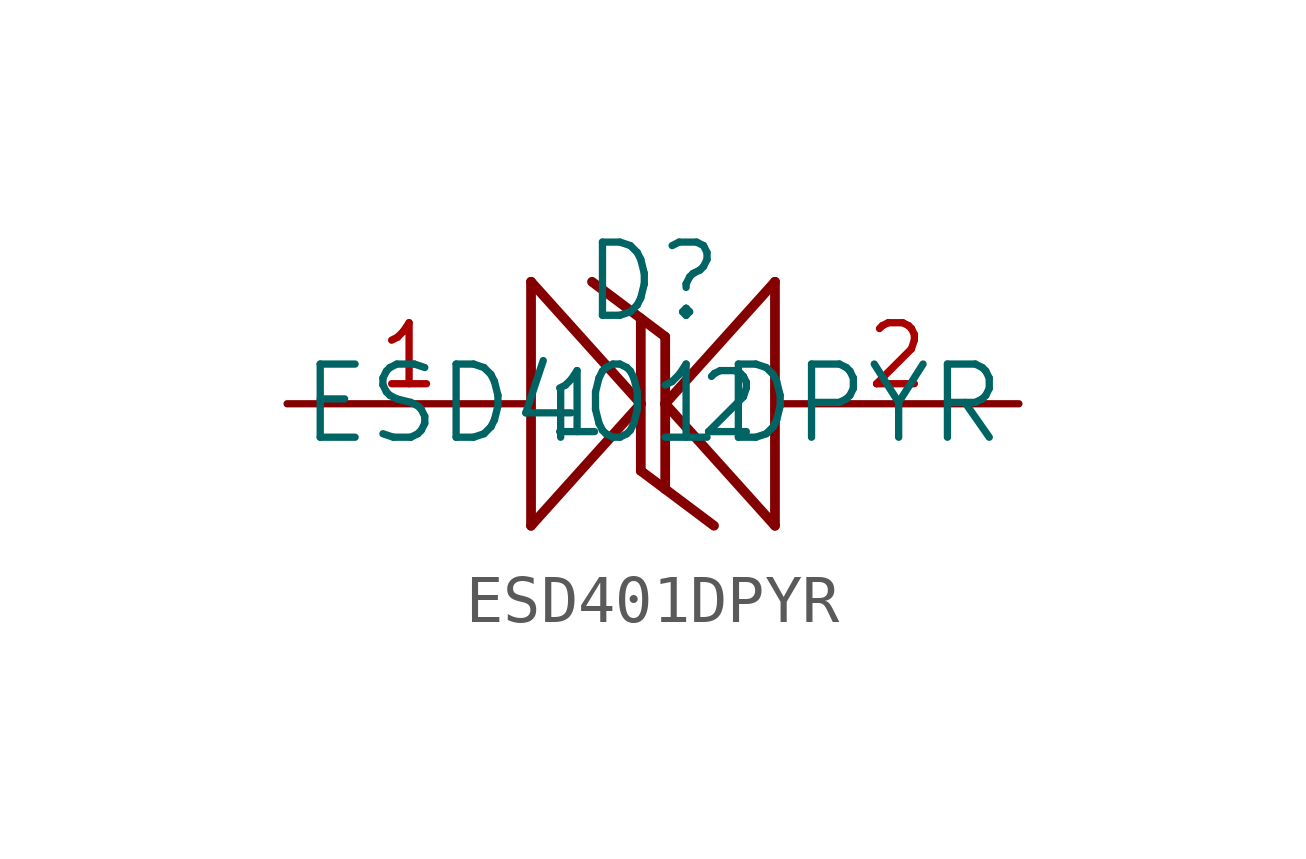
<source format=kicad_sym>
(kicad_symbol_lib
  (version 20231120)
  (generator "kicad_symbol_editor")
  (generator_version "8.0")
  (symbol "ESD401DPYR"
    (pin_names
      (offset 0.254))
    (property "Reference" "D"
      (at 0 2.54 0)
      (effects (font (size 1.524 1.524))))
    (property "Value" "ESD401DPYR"
      (at 0 0 0)
      (effects (font (size 1.524 1.524))))
    (symbol "ESD401DPYR_1_1"
      (polyline (pts (xy -2.54 -2.54) (xy -0.254 0)) (stroke (width 0.203) (type default)) (fill (type none)))
      (polyline (pts (xy -2.54 2.54) (xy -2.54 -2.54)) (stroke (width 0.203) (type default)) (fill (type none)))
      (polyline (pts (xy -0.254 -1.397) (xy 1.27 -2.54)) (stroke (width 0.203) (type default)) (fill (type none)))
      (polyline (pts (xy -0.254 0) (xy -2.54 2.54)) (stroke (width 0.203) (type default)) (fill (type none)))
      (polyline (pts (xy -0.254 0) (xy -0.254 -1.397)) (stroke (width 0.203) (type default)) (fill (type none)))
      (polyline (pts (xy -0.254 1.778) (xy -0.254 0)) (stroke (width 0.203) (type default)) (fill (type none)))
      (polyline (pts (xy 0.254 -1.778) (xy 0.254 0)) (stroke (width 0.203) (type default)) (fill (type none)))
      (polyline (pts (xy 0.254 0) (xy 0.254 1.397)) (stroke (width 0.203) (type default)) (fill (type none)))
      (polyline (pts (xy 0.254 0) (xy 2.54 -2.54)) (stroke (width 0.203) (type default)) (fill (type none)))
      (polyline (pts (xy 0.254 1.397) (xy -1.27 2.54)) (stroke (width 0.203) (type default)) (fill (type none)))
      (polyline (pts (xy 2.54 -2.54) (xy 2.54 2.54)) (stroke (width 0.203) (type default)) (fill (type none)))
      (polyline (pts (xy 2.54 2.54) (xy 0.254 0)) (stroke (width 0.203) (type default)) (fill (type none)))
      (pin unspecified line (at -7.62 0 0) (length 5.08) (name "1" (effects (font (size 1.27 1.27)))) (number "1" (effects (font (size 1.27 1.27)))))
      (pin unspecified line (at 7.62 0 180) (length 5.08) (name "2" (effects (font (size 1.27 1.27)))) (number "2" (effects (font (size 1.27 1.27))))))))
</source>
